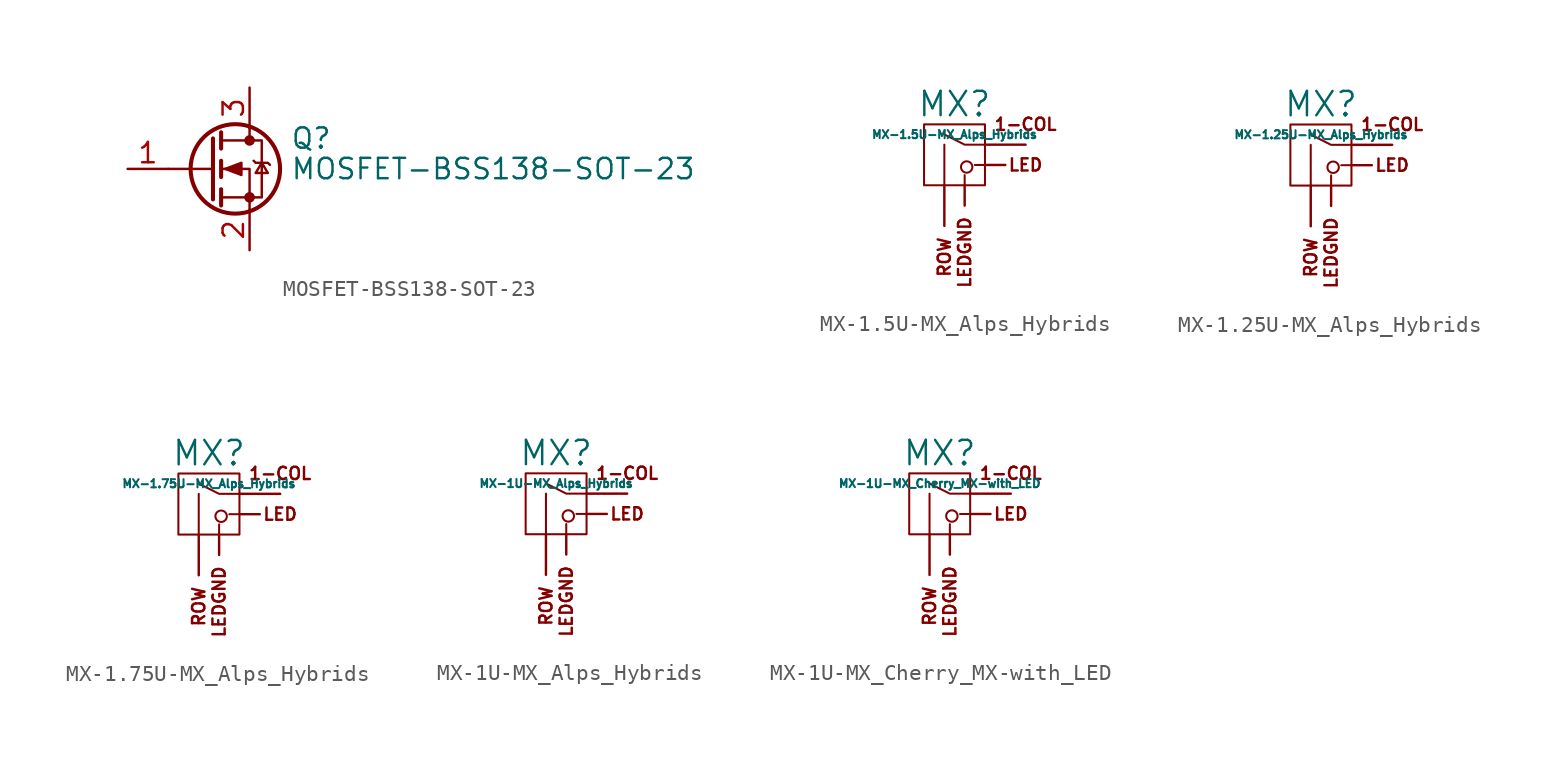
<source format=kicad_sym>
(kicad_symbol_lib
  (version 20241209)
  (generator "kicad_symbol_editor")
  (generator_version "9.0")
  (symbol "MOSFET-BSS138-SOT-23"
    (pin_names
      (hide yes))
    (property "Reference" "Q"
      (at 5.08 1.905 0)
      (effects (font (size 1.27 1.27)) (justify left)))
    (property "Value" "MOSFET-BSS138-SOT-23"
      (at 5.08 0 0)
      (effects (font (size 1.27 1.27)) (justify left)))
    (symbol "MOSFET-BSS138-SOT-23_0_1"
      (polyline (pts (xy 0.254 1.905) (xy 0.254 -1.905)) (stroke (width 0.254) (type solid)) (fill (type none)))
      (polyline (pts (xy 0.254 0) (xy -2.54 0)) (stroke (width 0) (type solid)) (fill (type none)))
      (polyline (pts (xy 0.762 2.286) (xy 0.762 1.27)) (stroke (width 0.254) (type solid)) (fill (type none)))
      (polyline (pts (xy 0.762 0.508) (xy 0.762 -0.508)) (stroke (width 0.254) (type solid)) (fill (type none)))
      (polyline (pts (xy 0.762 -1.27) (xy 0.762 -2.286)) (stroke (width 0.254) (type solid)) (fill (type none)))
      (polyline (pts (xy 0.762 -1.778) (xy 3.302 -1.778) (xy 3.302 1.778) (xy 0.762 1.778)) (stroke (width 0) (type solid)) (fill (type none)))
      (polyline (pts (xy 1.016 0) (xy 2.032 0.381) (xy 2.032 -0.381) (xy 1.016 0)) (stroke (width 0) (type solid)) (fill (type outline)))
      (circle (center 1.651 0) (radius 2.794) (stroke (width 0.254) (type solid)) (fill (type none)))
      (polyline (pts (xy 2.54 2.54) (xy 2.54 1.778)) (stroke (width 0) (type solid)) (fill (type none)))
      (circle (center 2.54 1.778) (radius 0.254) (stroke (width 0) (type solid)) (fill (type outline)))
      (circle (center 2.54 -1.778) (radius 0.254) (stroke (width 0) (type solid)) (fill (type outline)))
      (polyline (pts (xy 2.54 -2.54) (xy 2.54 0) (xy 0.762 0)) (stroke (width 0) (type solid)) (fill (type none)))
      (polyline (pts (xy 2.794 0.508) (xy 2.921 0.381) (xy 3.683 0.381) (xy 3.81 0.254)) (stroke (width 0) (type solid)) (fill (type none)))
      (polyline (pts (xy 3.302 0.381) (xy 2.921 -0.254) (xy 3.683 -0.254) (xy 3.302 0.381)) (stroke (width 0) (type solid)) (fill (type none))))
    (symbol "MOSFET-BSS138-SOT-23_1_1"
      (pin input line (at -5.08 0 0) (length 2.54) (name "G" (effects (font (size 1.27 1.27)))) (number "1" (effects (font (size 1.27 1.27)))))
      (pin passive line (at 2.54 5.08 270) (length 2.54) (name "D" (effects (font (size 1.27 1.27)))) (number "3" (effects (font (size 1.27 1.27)))))
      (pin passive line (at 2.54 -5.08 90) (length 2.54) (name "S" (effects (font (size 1.27 1.27)))) (number "2" (effects (font (size 1.27 1.27)))))))
  (symbol "MX-1.5U-MX_Alps_Hybrids"
    (pin_names
      (offset 1.016))
    (property "Reference" "MX"
      (at 0 3.175 0)
      (effects (font (size 1.524 1.524))))
    (property "Value" "MX-1.5U-MX_Alps_Hybrids"
      (at 0 1.27 0)
      (effects (font (size 0.508 0.508))))
    (symbol "MX-1.5U-MX_Alps_Hybrids_0_0"
      (polyline (pts (xy -0.635 -1.905) (xy -0.635 0.635)) (stroke (width 0.127) (type solid)) (fill (type none)))
      (polyline (pts (xy 0.635 -1.905) (xy 0.635 -1.27)) (stroke (width 0.127) (type solid)) (fill (type none)))
      (circle (center 0.762 -0.762) (radius 0.356) (stroke (width 0.127) (type solid)) (fill (type none)))
      (polyline (pts (xy 1.905 0.635) (xy 0.635 0.635) (xy -0.635 1.27)) (stroke (width 0.127) (type solid)) (fill (type none)))
      (polyline (pts (xy 1.905 -0.635) (xy 1.27 -0.635)) (stroke (width 0.127) (type solid)) (fill (type none)))
      (rectangle (start 1.905 -1.905) (end -1.905 1.905) (stroke (width 0.127) (type solid)) (fill (type none)))
      (text "ROW" (at -0.635 -5.08 900) (effects (font (size 0.762 0.762)) (justify right)))
      (text "1-COL" (at 4.445 1.905 0) (effects (font (size 0.762 0.762))))
      (text "LED" (at 4.445 -0.635 0) (effects (font (size 0.762 0.762)))))
    (symbol "MX-1.5U-MX_Alps_Hybrids_1_0"
      (text "LEDGND" (at 0.635 -3.81 900) (effects (font (size 0.762 0.762)) (justify right))))
    (symbol "MX-1.5U-MX_Alps_Hybrids_1_1"
      (pin passive line (at -0.635 -4.445 90) (length 2.54) (name "ROW" (effects (font (size 0 0)))) (number "2" (effects (font (size 0 0)))))
      (pin passive line (at 0.635 -3.175 90) (length 1.27) (name "LEDGND" (effects (font (size 0 0)))) (number "4" (effects (font (size 0 0)))))
      (pin passive line (at 3.175 -0.635 180) (length 1.27) (name "LED" (effects (font (size 0 0)))) (number "3" (effects (font (size 0 0)))))
      (pin passive line (at 4.445 0.635 180) (length 2.54) (name "COL" (effects (font (size 0 0)))) (number "1" (effects (font (size 0 0)))))))
  (symbol "MX-1.25U-MX_Alps_Hybrids"
    (pin_names
      (offset 1.016))
    (property "Reference" "MX"
      (at 0 3.175 0)
      (effects (font (size 1.524 1.524))))
    (property "Value" "MX-1.25U-MX_Alps_Hybrids"
      (at 0 1.27 0)
      (effects (font (size 0.508 0.508))))
    (symbol "MX-1.25U-MX_Alps_Hybrids_0_0"
      (polyline (pts (xy -0.635 -1.905) (xy -0.635 0.635)) (stroke (width 0.127) (type solid)) (fill (type none)))
      (polyline (pts (xy 0.635 -1.905) (xy 0.635 -1.27)) (stroke (width 0.127) (type solid)) (fill (type none)))
      (circle (center 0.762 -0.762) (radius 0.356) (stroke (width 0.127) (type solid)) (fill (type none)))
      (polyline (pts (xy 1.905 0.635) (xy 0.635 0.635) (xy -0.635 1.27)) (stroke (width 0.127) (type solid)) (fill (type none)))
      (polyline (pts (xy 1.905 -0.635) (xy 1.27 -0.635)) (stroke (width 0.127) (type solid)) (fill (type none)))
      (rectangle (start 1.905 -1.905) (end -1.905 1.905) (stroke (width 0.127) (type solid)) (fill (type none)))
      (text "ROW" (at -0.635 -5.08 900) (effects (font (size 0.762 0.762)) (justify right)))
      (text "1-COL" (at 4.445 1.905 0) (effects (font (size 0.762 0.762))))
      (text "LED" (at 4.445 -0.635 0) (effects (font (size 0.762 0.762)))))
    (symbol "MX-1.25U-MX_Alps_Hybrids_1_0"
      (text "LEDGND" (at 0.635 -3.81 900) (effects (font (size 0.762 0.762)) (justify right))))
    (symbol "MX-1.25U-MX_Alps_Hybrids_1_1"
      (pin passive line (at -0.635 -4.445 90) (length 2.54) (name "ROW" (effects (font (size 0 0)))) (number "2" (effects (font (size 0 0)))))
      (pin passive line (at 0.635 -3.175 90) (length 1.27) (name "LEDGND" (effects (font (size 0 0)))) (number "4" (effects (font (size 0 0)))))
      (pin passive line (at 3.175 -0.635 180) (length 1.27) (name "LED" (effects (font (size 0 0)))) (number "3" (effects (font (size 0 0)))))
      (pin passive line (at 4.445 0.635 180) (length 2.54) (name "COL" (effects (font (size 0 0)))) (number "1" (effects (font (size 0 0)))))))
  (symbol "MX-1.75U-MX_Alps_Hybrids"
    (pin_names
      (offset 1.016))
    (property "Reference" "MX"
      (at 0 3.175 0)
      (effects (font (size 1.524 1.524))))
    (property "Value" "MX-1.75U-MX_Alps_Hybrids"
      (at 0 1.27 0)
      (effects (font (size 0.508 0.508))))
    (symbol "MX-1.75U-MX_Alps_Hybrids_0_0"
      (polyline (pts (xy -0.635 -1.905) (xy -0.635 0.635)) (stroke (width 0.127) (type solid)) (fill (type none)))
      (polyline (pts (xy 0.635 -1.905) (xy 0.635 -1.27)) (stroke (width 0.127) (type solid)) (fill (type none)))
      (circle (center 0.762 -0.762) (radius 0.356) (stroke (width 0.127) (type solid)) (fill (type none)))
      (polyline (pts (xy 1.905 0.635) (xy 0.635 0.635) (xy -0.635 1.27)) (stroke (width 0.127) (type solid)) (fill (type none)))
      (polyline (pts (xy 1.905 -0.635) (xy 1.27 -0.635)) (stroke (width 0.127) (type solid)) (fill (type none)))
      (rectangle (start 1.905 -1.905) (end -1.905 1.905) (stroke (width 0.127) (type solid)) (fill (type none)))
      (text "ROW" (at -0.635 -5.08 900) (effects (font (size 0.762 0.762)) (justify right)))
      (text "1-COL" (at 4.445 1.905 0) (effects (font (size 0.762 0.762))))
      (text "LED" (at 4.445 -0.635 0) (effects (font (size 0.762 0.762)))))
    (symbol "MX-1.75U-MX_Alps_Hybrids_1_0"
      (text "LEDGND" (at 0.635 -3.81 900) (effects (font (size 0.762 0.762)) (justify right))))
    (symbol "MX-1.75U-MX_Alps_Hybrids_1_1"
      (pin passive line (at -0.635 -4.445 90) (length 2.54) (name "ROW" (effects (font (size 0 0)))) (number "2" (effects (font (size 0 0)))))
      (pin passive line (at 0.635 -3.175 90) (length 1.27) (name "LEDGND" (effects (font (size 0 0)))) (number "4" (effects (font (size 0 0)))))
      (pin passive line (at 3.175 -0.635 180) (length 1.27) (name "LED" (effects (font (size 0 0)))) (number "3" (effects (font (size 0 0)))))
      (pin passive line (at 4.445 0.635 180) (length 2.54) (name "COL" (effects (font (size 0 0)))) (number "1" (effects (font (size 0 0)))))))
  (symbol "MX-1U-MX_Alps_Hybrids"
    (pin_names
      (offset 1.016))
    (property "Reference" "MX"
      (at 0 3.175 0)
      (effects (font (size 1.524 1.524))))
    (property "Value" "MX-1U-MX_Alps_Hybrids"
      (at 0 1.27 0)
      (effects (font (size 0.508 0.508))))
    (symbol "MX-1U-MX_Alps_Hybrids_0_0"
      (polyline (pts (xy -0.635 -1.905) (xy -0.635 0.635)) (stroke (width 0.127) (type solid)) (fill (type none)))
      (polyline (pts (xy 0.635 -1.905) (xy 0.635 -1.27)) (stroke (width 0.127) (type solid)) (fill (type none)))
      (circle (center 0.762 -0.762) (radius 0.356) (stroke (width 0.127) (type solid)) (fill (type none)))
      (polyline (pts (xy 1.905 0.635) (xy 0.635 0.635) (xy -0.635 1.27)) (stroke (width 0.127) (type solid)) (fill (type none)))
      (polyline (pts (xy 1.905 -0.635) (xy 1.27 -0.635)) (stroke (width 0.127) (type solid)) (fill (type none)))
      (rectangle (start 1.905 -1.905) (end -1.905 1.905) (stroke (width 0.127) (type solid)) (fill (type none)))
      (text "ROW" (at -0.635 -5.08 900) (effects (font (size 0.762 0.762)) (justify right)))
      (text "1-COL" (at 4.445 1.905 0) (effects (font (size 0.762 0.762))))
      (text "LED" (at 4.445 -0.635 0) (effects (font (size 0.762 0.762)))))
    (symbol "MX-1U-MX_Alps_Hybrids_1_0"
      (text "LEDGND" (at 0.635 -3.81 900) (effects (font (size 0.762 0.762)) (justify right))))
    (symbol "MX-1U-MX_Alps_Hybrids_1_1"
      (pin passive line (at -0.635 -4.445 90) (length 2.54) (name "ROW" (effects (font (size 0 0)))) (number "2" (effects (font (size 0 0)))))
      (pin passive line (at 0.635 -3.175 90) (length 1.27) (name "LEDGND" (effects (font (size 0 0)))) (number "4" (effects (font (size 0 0)))))
      (pin passive line (at 3.175 -0.635 180) (length 1.27) (name "LED" (effects (font (size 0 0)))) (number "3" (effects (font (size 0 0)))))
      (pin passive line (at 4.445 0.635 180) (length 2.54) (name "COL" (effects (font (size 0 0)))) (number "1" (effects (font (size 0 0)))))))
  (symbol "MX-1U-MX_Cherry_MX-with_LED"
    (pin_names
      (offset 1.016))
    (property "Reference" "MX"
      (at 0 3.175 0)
      (effects (font (size 1.524 1.524))))
    (property "Value" "MX-1U-MX_Cherry_MX-with_LED"
      (at 0 1.27 0)
      (effects (font (size 0.508 0.508))))
    (symbol "MX-1U-MX_Cherry_MX-with_LED_0_0"
      (polyline (pts (xy -0.635 -1.905) (xy -0.635 0.635)) (stroke (width 0.127) (type solid)) (fill (type none)))
      (polyline (pts (xy 0.635 -1.905) (xy 0.635 -1.27)) (stroke (width 0.127) (type solid)) (fill (type none)))
      (circle (center 0.762 -0.762) (radius 0.356) (stroke (width 0.127) (type solid)) (fill (type none)))
      (polyline (pts (xy 1.905 0.635) (xy 0.635 0.635) (xy -0.635 1.27)) (stroke (width 0.127) (type solid)) (fill (type none)))
      (polyline (pts (xy 1.905 -0.635) (xy 1.27 -0.635)) (stroke (width 0.127) (type solid)) (fill (type none)))
      (rectangle (start 1.905 -1.905) (end -1.905 1.905) (stroke (width 0.127) (type solid)) (fill (type none)))
      (text "ROW" (at -0.635 -5.08 900) (effects (font (size 0.762 0.762)) (justify right)))
      (text "1-COL" (at 4.445 1.905 0) (effects (font (size 0.762 0.762))))
      (text "LED" (at 4.445 -0.635 0) (effects (font (size 0.762 0.762)))))
    (symbol "MX-1U-MX_Cherry_MX-with_LED_1_0"
      (text "LEDGND" (at 0.635 -3.81 900) (effects (font (size 0.762 0.762)) (justify right))))
    (symbol "MX-1U-MX_Cherry_MX-with_LED_1_1"
      (pin passive line (at -0.635 -4.445 90) (length 2.54) (name "PIN2" (effects (font (size 0 0)))) (number "2" (effects (font (size 0 0)))))
      (pin passive line (at 0.635 -3.175 90) (length 1.27) (name "LED_GND" (effects (font (size 0 0)))) (number "4" (effects (font (size 0 0)))))
      (pin passive line (at 3.175 -0.635 180) (length 1.27) (name "LED" (effects (font (size 0 0)))) (number "3" (effects (font (size 0 0)))))
      (pin passive line (at 4.445 0.635 180) (length 2.54) (name "PIN1" (effects (font (size 0 0)))) (number "1" (effects (font (size 0 0))))))))
</source>
